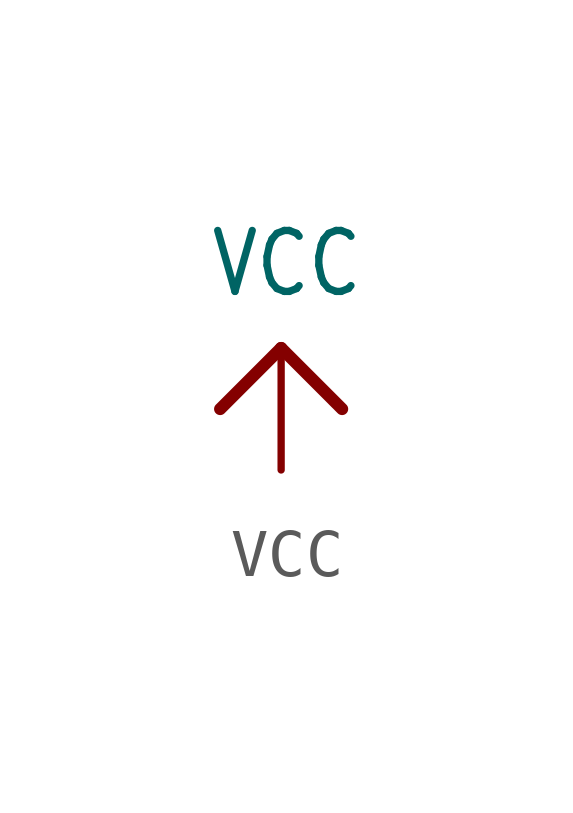
<source format=kicad_sym>
(kicad_symbol_lib
  (version 20211014)
  (generator kicad_symbol_editor)
  (symbol "VCC"
    (power)
    (property "Reference" "#P+"
      (at 0 0 0)
      (effects (font (size 1.27 1.27)) hide))
    (property "Value" "VCC"
      (at -1.524 1.016 0)
      (effects (font (size 1.27 1.079)) (justify left bottom)))
    (property "ki_locked" ""
      (at 0 0 0)
      (effects (font (size 1.27 1.27))))
    (symbol "VCC_1_0"
      (polyline (pts (xy -1.27 -1.27) (xy 0 0)) (stroke (width 0.254) (type default) (color 0 0 0 0)) (fill (type none)))
      (polyline (pts (xy 0 0) (xy 1.27 -1.27)) (stroke (width 0.254) (type default) (color 0 0 0 0)) (fill (type none)))
      (pin power_in line (at 0 -2.54 90) (length 2.54) (name "VCC" (effects (font (size 0 0)))) (number "1" (effects (font (size 0 0))))))))
</source>
